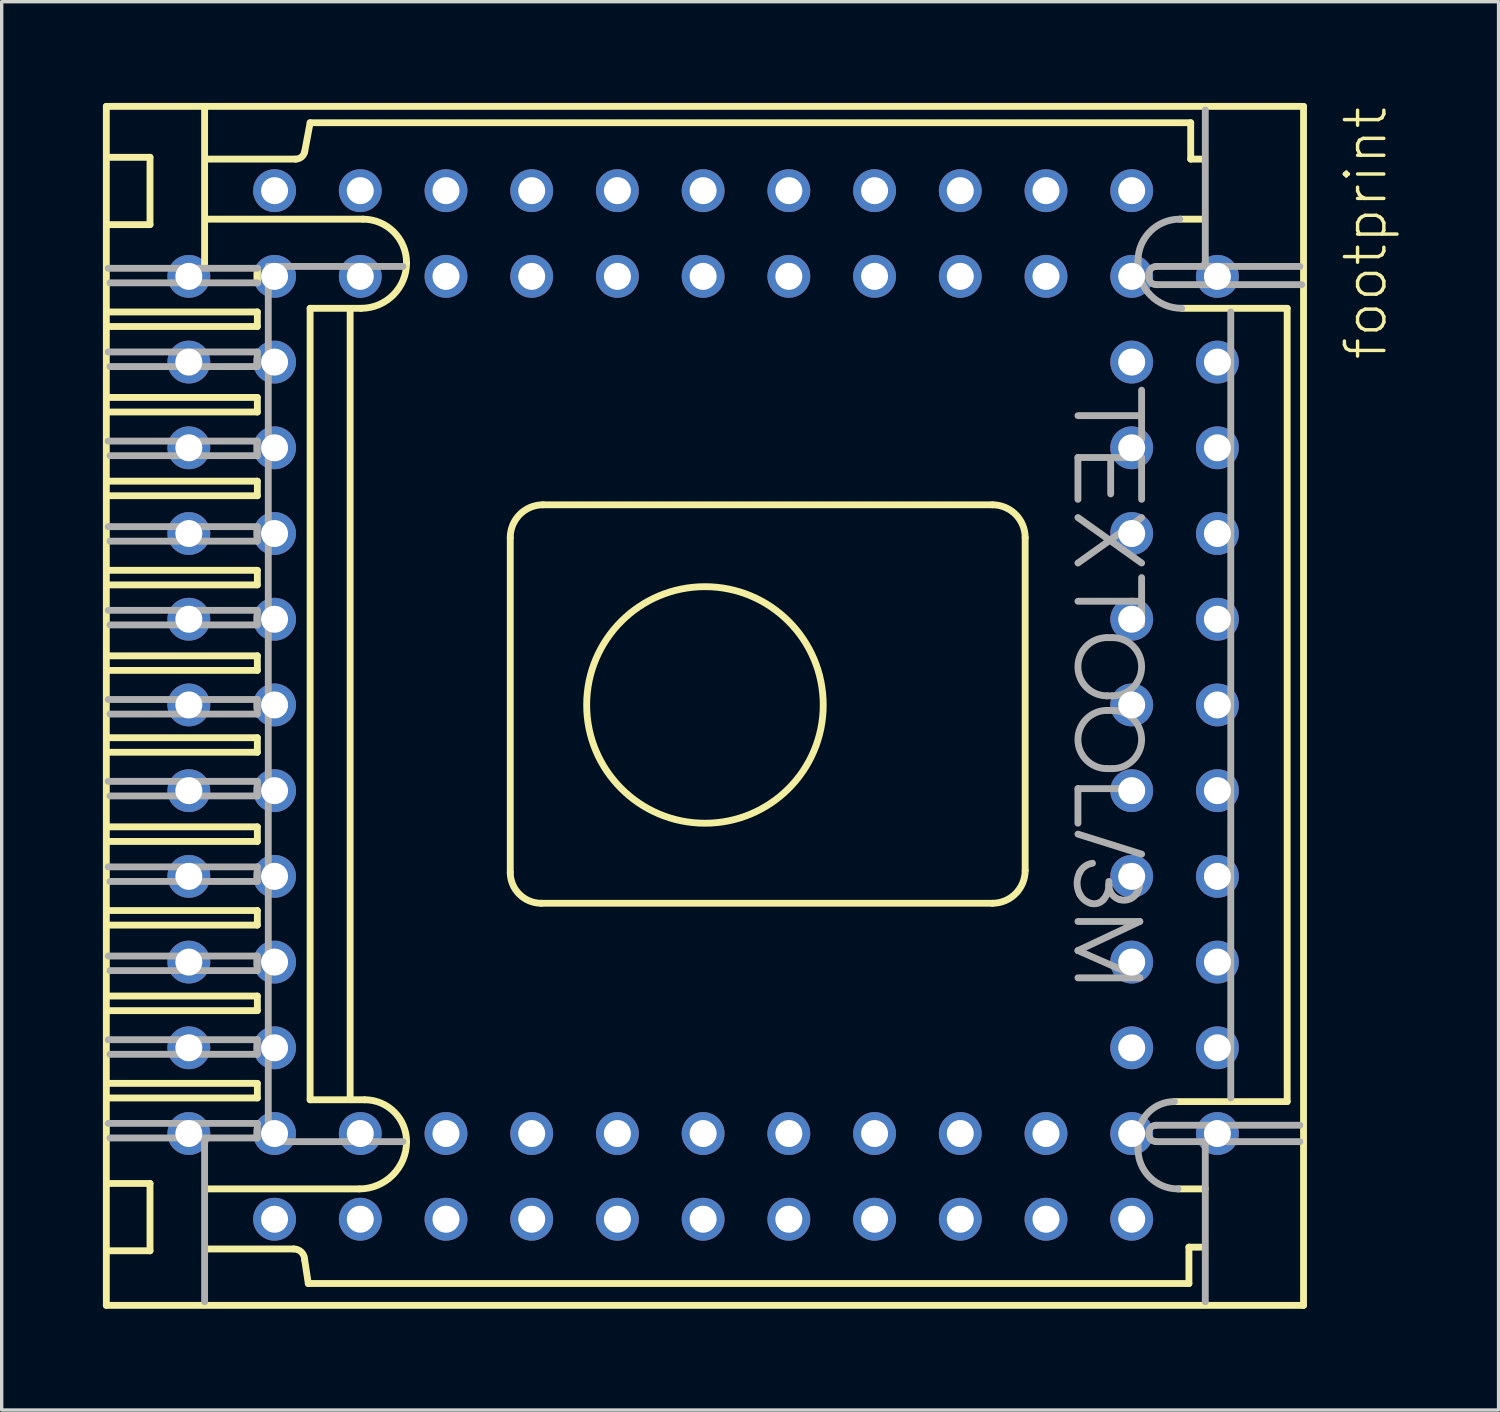
<source format=kicad_pcb>
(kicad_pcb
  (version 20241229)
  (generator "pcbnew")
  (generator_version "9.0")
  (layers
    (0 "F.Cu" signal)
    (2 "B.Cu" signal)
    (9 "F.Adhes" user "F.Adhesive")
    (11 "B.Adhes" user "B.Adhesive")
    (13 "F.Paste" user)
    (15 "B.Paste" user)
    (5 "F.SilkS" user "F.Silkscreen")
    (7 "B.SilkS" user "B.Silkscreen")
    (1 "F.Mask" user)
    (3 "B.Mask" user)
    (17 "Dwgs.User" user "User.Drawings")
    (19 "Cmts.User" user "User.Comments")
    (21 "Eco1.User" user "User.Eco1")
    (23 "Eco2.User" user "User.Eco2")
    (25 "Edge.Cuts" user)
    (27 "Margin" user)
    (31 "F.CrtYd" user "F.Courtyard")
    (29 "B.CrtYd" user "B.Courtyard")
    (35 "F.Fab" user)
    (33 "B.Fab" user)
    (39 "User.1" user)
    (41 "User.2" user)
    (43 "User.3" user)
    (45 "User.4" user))
  (footprint "footprint"
    (layer "F.Cu")
    (at 17.786 17.84)
    (property "Reference" "footprint" (at 20.32 -10.16 90) (layer "F.SilkS") (effects (font (size 1.168 1.168) (thickness 0.102)) (justify left bottom)))
    (fp_line (start -17.685 -17.738) (end 17.792 -17.738) (stroke (width 0.203) (type solid)) (layer "F.SilkS"))
    (fp_line (start -17.685 17.792) (end -17.685 -17.738) (stroke (width 0.203) (type solid)) (layer "F.SilkS"))
    (fp_line (start -17.631 -11.646) (end -13.21 -11.646) (stroke (width 0.203) (type solid)) (layer "F.SilkS"))
    (fp_line (start -17.631 -9.112) (end -13.21 -9.112) (stroke (width 0.203) (type solid)) (layer "F.SilkS"))
    (fp_line (start -17.631 -6.632) (end -13.21 -6.632) (stroke (width 0.203) (type solid)) (layer "F.SilkS"))
    (fp_line (start -17.631 -3.99) (end -13.21 -3.99) (stroke (width 0.203) (type solid)) (layer "F.SilkS"))
    (fp_line (start -17.631 -1.456) (end -13.21 -1.456) (stroke (width 0.203) (type solid)) (layer "F.SilkS"))
    (fp_line (start -17.631 0.97) (end -13.21 0.97) (stroke (width 0.203) (type solid)) (layer "F.SilkS"))
    (fp_line (start -17.631 3.612) (end -13.21 3.612) (stroke (width 0.203) (type solid)) (layer "F.SilkS"))
    (fp_line (start -17.631 6.092) (end -13.21 6.092) (stroke (width 0.203) (type solid)) (layer "F.SilkS"))
    (fp_line (start -17.631 8.626) (end -13.21 8.626) (stroke (width 0.203) (type solid)) (layer "F.SilkS"))
    (fp_line (start -17.631 11.214) (end -13.21 11.214) (stroke (width 0.203) (type solid)) (layer "F.SilkS"))
    (fp_line (start -17.577 -14.234) (end -16.391 -14.234) (stroke (width 0.203) (type solid)) (layer "F.SilkS"))
    (fp_line (start -17.577 16.175) (end -16.391 16.175) (stroke (width 0.203) (type solid)) (layer "F.SilkS"))
    (fp_line (start -16.391 -16.229) (end -17.577 -16.229) (stroke (width 0.203) (type solid)) (layer "F.SilkS"))
    (fp_line (start -16.391 -14.234) (end -16.391 -16.229) (stroke (width 0.203) (type solid)) (layer "F.SilkS"))
    (fp_line (start -16.391 14.18) (end -17.577 14.18) (stroke (width 0.203) (type solid)) (layer "F.SilkS"))
    (fp_line (start -16.391 16.175) (end -16.391 14.18) (stroke (width 0.203) (type solid)) (layer "F.SilkS"))
    (fp_line (start -14.773 -17.631) (end -14.773 -12.994) (stroke (width 0.203) (type solid)) (layer "F.SilkS"))
    (fp_line (start -14.719 14.341) (end -10.19 14.341) (stroke (width 0.203) (type solid)) (layer "F.SilkS"))
    (fp_line (start -14.665 -16.175) (end -12.077 -16.175) (stroke (width 0.203) (type solid)) (layer "F.SilkS"))
    (fp_line (start -14.665 16.121) (end -12.131 16.121) (stroke (width 0.203) (type solid)) (layer "F.SilkS"))
    (fp_line (start -13.21 -12.94) (end -13.21 -12.509) (stroke (width 0.203) (type solid)) (layer "F.SilkS"))
    (fp_line (start -13.21 -11.646) (end -13.21 -11.215) (stroke (width 0.203) (type solid)) (layer "F.SilkS"))
    (fp_line (start -13.21 -11.215) (end -17.577 -11.215) (stroke (width 0.203) (type solid)) (layer "F.SilkS"))
    (fp_line (start -13.21 -9.112) (end -13.21 -8.681) (stroke (width 0.203) (type solid)) (layer "F.SilkS"))
    (fp_line (start -13.21 -8.681) (end -17.577 -8.681) (stroke (width 0.203) (type solid)) (layer "F.SilkS"))
    (fp_line (start -13.21 -6.632) (end -13.21 -6.2) (stroke (width 0.203) (type solid)) (layer "F.SilkS"))
    (fp_line (start -13.21 -6.2) (end -17.577 -6.2) (stroke (width 0.203) (type solid)) (layer "F.SilkS"))
    (fp_line (start -13.21 -3.99) (end -13.21 -3.558) (stroke (width 0.203) (type solid)) (layer "F.SilkS"))
    (fp_line (start -13.21 -3.558) (end -17.577 -3.558) (stroke (width 0.203) (type solid)) (layer "F.SilkS"))
    (fp_line (start -13.21 -1.456) (end -13.21 -1.024) (stroke (width 0.203) (type solid)) (layer "F.SilkS"))
    (fp_line (start -13.21 -1.024) (end -17.577 -1.024) (stroke (width 0.203) (type solid)) (layer "F.SilkS"))
    (fp_line (start -13.21 0.97) (end -13.21 1.402) (stroke (width 0.203) (type solid)) (layer "F.SilkS"))
    (fp_line (start -13.21 1.402) (end -17.577 1.402) (stroke (width 0.203) (type solid)) (layer "F.SilkS"))
    (fp_line (start -13.21 3.612) (end -13.21 4.044) (stroke (width 0.203) (type solid)) (layer "F.SilkS"))
    (fp_line (start -13.21 4.044) (end -17.577 4.044) (stroke (width 0.203) (type solid)) (layer "F.SilkS"))
    (fp_line (start -13.21 6.092) (end -13.21 6.524) (stroke (width 0.203) (type solid)) (layer "F.SilkS"))
    (fp_line (start -13.21 6.524) (end -17.577 6.524) (stroke (width 0.203) (type solid)) (layer "F.SilkS"))
    (fp_line (start -13.21 8.626) (end -13.21 9.058) (stroke (width 0.203) (type solid)) (layer "F.SilkS"))
    (fp_line (start -13.21 9.058) (end -17.577 9.058) (stroke (width 0.203) (type solid)) (layer "F.SilkS"))
    (fp_line (start -13.21 11.214) (end -13.21 11.646) (stroke (width 0.203) (type solid)) (layer "F.SilkS"))
    (fp_line (start -13.21 11.646) (end -17.577 11.646) (stroke (width 0.203) (type solid)) (layer "F.SilkS"))
    (fp_line (start -11.808 -16.391) (end -11.646 -17.253) (stroke (width 0.203) (type solid)) (layer "F.SilkS"))
    (fp_line (start -11.808 16.444) (end -11.7 17.145) (stroke (width 0.203) (type solid)) (layer "F.SilkS"))
    (fp_line (start -11.7 17.145) (end 14.396 17.145) (stroke (width 0.203) (type solid)) (layer "F.SilkS"))
    (fp_line (start -11.646 -17.253) (end 14.449 -17.253) (stroke (width 0.203) (type solid)) (layer "F.SilkS"))
    (fp_line (start -11.646 -11.754) (end -10.136 -11.754) (stroke (width 0.203) (type solid)) (layer "F.SilkS"))
    (fp_line (start -11.646 11.7) (end -11.646 -11.754) (stroke (width 0.203) (type solid)) (layer "F.SilkS"))
    (fp_line (start -10.46 11.592) (end -10.46 -11.7) (stroke (width 0.203) (type solid)) (layer "F.SilkS"))
    (fp_line (start -10.082 -14.396) (end -14.719 -14.396) (stroke (width 0.203) (type solid)) (layer "F.SilkS"))
    (fp_line (start -10.028 11.7) (end -11.646 11.7) (stroke (width 0.203) (type solid)) (layer "F.SilkS"))
    (fp_line (start -5.715 -4.96) (end -5.715 4.96) (stroke (width 0.203) (type solid)) (layer "F.SilkS"))
    (fp_line (start -4.799 5.877) (end 8.572 5.877) (stroke (width 0.203) (type solid)) (layer "F.SilkS"))
    (fp_line (start 8.572 -5.931) (end -4.745 -5.931) (stroke (width 0.203) (type solid)) (layer "F.SilkS"))
    (fp_line (start 9.543 4.906) (end 9.543 -4.96) (stroke (width 0.203) (type solid)) (layer "F.SilkS"))
    (fp_line (start 13.964 11.754) (end 17.307 11.754) (stroke (width 0.203) (type solid)) (layer "F.SilkS"))
    (fp_line (start 14.126 -14.396) (end 14.827 -14.396) (stroke (width 0.203) (type solid)) (layer "F.SilkS"))
    (fp_line (start 14.396 16.067) (end 14.773 16.067) (stroke (width 0.203) (type solid)) (layer "F.SilkS"))
    (fp_line (start 14.396 17.145) (end 14.396 16.067) (stroke (width 0.203) (type solid)) (layer "F.SilkS"))
    (fp_line (start 14.449 -17.253) (end 14.449 -16.175) (stroke (width 0.203) (type solid)) (layer "F.SilkS"))
    (fp_line (start 14.449 -16.175) (end 14.773 -16.175) (stroke (width 0.203) (type solid)) (layer "F.SilkS"))
    (fp_line (start 14.881 14.341) (end 14.072 14.341) (stroke (width 0.203) (type solid)) (layer "F.SilkS"))
    (fp_line (start 17.307 -11.754) (end 14.18 -11.754) (stroke (width 0.203) (type solid)) (layer "F.SilkS"))
    (fp_line (start 17.307 11.754) (end 17.307 -11.754) (stroke (width 0.203) (type solid)) (layer "F.SilkS"))
    (fp_line (start 17.792 -17.738) (end 17.792 17.792) (stroke (width 0.203) (type solid)) (layer "F.SilkS"))
    (fp_line (start 17.792 17.792) (end -17.685 17.792) (stroke (width 0.203) (type solid)) (layer "F.SilkS"))
    (fp_arc (start -12.1312 16.1208) (mid -11.902451 16.215551) (end -11.8077 16.4443) (stroke (width 0.2032) (type solid)) (layer "F.SilkS"))
    (fp_arc (start -11.807701 -16.390599) (mid -11.904625 -16.23541) (end -12.0773 -16.1749) (stroke (width 0.2032) (type solid)) (layer "F.SilkS"))
    (fp_arc (start -10.0824 -14.3957) (mid -9.167404 -14.016696) (end -8.7884 -13.1017) (stroke (width 0.2032) (type solid)) (layer "F.SilkS"))
    (fp_arc (start -10.0284 11.6997) (mid -9.151588 12.062888) (end -8.7884 12.9397) (stroke (width 0.2032) (type solid)) (layer "F.SilkS"))
    (fp_arc (start -8.7884 -13.1017) (mid -9.183191 -12.148591) (end -10.1363 -11.7538) (stroke (width 0.2032) (type solid)) (layer "F.SilkS"))
    (fp_arc (start -8.7884 12.9397) (mid -9.198978 13.930922) (end -10.1902 14.3415) (stroke (width 0.2032) (type solid)) (layer "F.SilkS"))
    (fp_arc (start -5.7152 -4.9604) (mid -5.430947 -5.646647) (end -4.7447 -5.9309) (stroke (width 0.2032) (type solid)) (layer "F.SilkS"))
    (fp_arc (start -4.7986 5.8767) (mid -5.446734 5.608234) (end -5.7152 4.9601) (stroke (width 0.2032) (type solid)) (layer "F.SilkS"))
    (fp_arc (start 8.5725 -5.9309) (mid 9.258776 -5.646676) (end 9.543 -4.9604) (stroke (width 0.2032) (type solid)) (layer "F.SilkS"))
    (fp_arc (start 9.543 4.9062) (mid 9.258718 5.592418) (end 8.5725 5.8767) (stroke (width 0.2032) (type solid)) (layer "F.SilkS"))
    (fp_circle (center 0.054 -0.0002) (end 3.559 -0.0002) (stroke (width 0.203) (type solid)) (fill no) (layer "F.SilkS"))
    (fp_line (start -17.631 -12.94) (end -13.21 -12.94) (stroke (width 0.203) (type solid)) (layer "F.Fab"))
    (fp_line (start -17.631 -10.46) (end -13.21 -10.46) (stroke (width 0.203) (type solid)) (layer "F.Fab"))
    (fp_line (start -17.631 -7.818) (end -13.21 -7.818) (stroke (width 0.203) (type solid)) (layer "F.Fab"))
    (fp_line (start -17.631 -5.284) (end -13.21 -5.284) (stroke (width 0.203) (type solid)) (layer "F.Fab"))
    (fp_line (start -17.631 -2.804) (end -13.21 -2.804) (stroke (width 0.203) (type solid)) (layer "F.Fab"))
    (fp_line (start -17.631 -0.162) (end -13.21 -0.162) (stroke (width 0.203) (type solid)) (layer "F.Fab"))
    (fp_line (start -17.631 2.264) (end -13.21 2.264) (stroke (width 0.203) (type solid)) (layer "F.Fab"))
    (fp_line (start -17.631 4.798) (end -13.21 4.798) (stroke (width 0.203) (type solid)) (layer "F.Fab"))
    (fp_line (start -17.631 7.44) (end -13.21 7.44) (stroke (width 0.203) (type solid)) (layer "F.Fab"))
    (fp_line (start -17.631 9.92) (end -13.21 9.92) (stroke (width 0.203) (type solid)) (layer "F.Fab"))
    (fp_line (start -17.631 12.4) (end -13.21 12.4) (stroke (width 0.203) (type solid)) (layer "F.Fab"))
    (fp_line (start -14.773 17.684) (end -14.773 12.94) (stroke (width 0.203) (type solid)) (layer "F.Fab"))
    (fp_line (start -13.21 -12.509) (end -17.577 -12.509) (stroke (width 0.203) (type solid)) (layer "F.Fab"))
    (fp_line (start -13.21 -10.46) (end -13.21 -10.028) (stroke (width 0.203) (type solid)) (layer "F.Fab"))
    (fp_line (start -13.21 -10.028) (end -17.577 -10.028) (stroke (width 0.203) (type solid)) (layer "F.Fab"))
    (fp_line (start -13.21 -7.818) (end -13.21 -7.387) (stroke (width 0.203) (type solid)) (layer "F.Fab"))
    (fp_line (start -13.21 -7.387) (end -17.577 -7.387) (stroke (width 0.203) (type solid)) (layer "F.Fab"))
    (fp_line (start -13.21 -5.284) (end -13.21 -4.853) (stroke (width 0.203) (type solid)) (layer "F.Fab"))
    (fp_line (start -13.21 -4.853) (end -17.577 -4.853) (stroke (width 0.203) (type solid)) (layer "F.Fab"))
    (fp_line (start -13.21 -2.804) (end -13.21 -2.372) (stroke (width 0.203) (type solid)) (layer "F.Fab"))
    (fp_line (start -13.21 -2.372) (end -17.577 -2.372) (stroke (width 0.203) (type solid)) (layer "F.Fab"))
    (fp_line (start -13.21 -0.162) (end -13.21 0.27) (stroke (width 0.203) (type solid)) (layer "F.Fab"))
    (fp_line (start -13.21 0.27) (end -17.577 0.27) (stroke (width 0.203) (type solid)) (layer "F.Fab"))
    (fp_line (start -13.21 2.264) (end -13.21 2.696) (stroke (width 0.203) (type solid)) (layer "F.Fab"))
    (fp_line (start -13.21 2.696) (end -17.577 2.696) (stroke (width 0.203) (type solid)) (layer "F.Fab"))
    (fp_line (start -13.21 4.798) (end -13.21 5.23) (stroke (width 0.203) (type solid)) (layer "F.Fab"))
    (fp_line (start -13.21 5.23) (end -17.577 5.23) (stroke (width 0.203) (type solid)) (layer "F.Fab"))
    (fp_line (start -13.21 7.44) (end -13.21 7.872) (stroke (width 0.203) (type solid)) (layer "F.Fab"))
    (fp_line (start -13.21 7.872) (end -17.577 7.872) (stroke (width 0.203) (type solid)) (layer "F.Fab"))
    (fp_line (start -13.21 9.92) (end -13.21 10.352) (stroke (width 0.203) (type solid)) (layer "F.Fab"))
    (fp_line (start -13.21 10.352) (end -17.577 10.352) (stroke (width 0.203) (type solid)) (layer "F.Fab"))
    (fp_line (start -13.21 12.4) (end -13.21 12.832) (stroke (width 0.203) (type solid)) (layer "F.Fab"))
    (fp_line (start -13.21 12.832) (end -17.577 12.832) (stroke (width 0.203) (type solid)) (layer "F.Fab"))
    (fp_line (start -12.886 -12.994) (end -8.896 -12.994) (stroke (width 0.203) (type solid)) (layer "F.Fab"))
    (fp_line (start -12.886 12.94) (end -12.886 -12.994) (stroke (width 0.203) (type solid)) (layer "F.Fab"))
    (fp_line (start -8.896 12.94) (end -12.886 12.94) (stroke (width 0.203) (type solid)) (layer "F.Fab"))
    (fp_line (start 11.107 -7.333) (end 11.107 -6.093) (stroke (width 0.203) (type solid)) (layer "F.Fab"))
    (fp_line (start 11.107 2.48) (end 11.107 3.504) (stroke (width 0.203) (type solid)) (layer "F.Fab"))
    (fp_line (start 11.107 3.828) (end 12.994 4.421) (stroke (width 0.203) (type solid)) (layer "F.Fab"))
    (fp_line (start 11.107 6.416) (end 12.94 6.416) (stroke (width 0.203) (type solid)) (layer "F.Fab"))
    (fp_line (start 11.107 7.279) (end 12.94 8.087) (stroke (width 0.203) (type solid)) (layer "F.Fab"))
    (fp_line (start 12.023 5.23) (end 12.023 5.338) (stroke (width 0.203) (type solid)) (layer "F.Fab"))
    (fp_line (start 12.077 -6.254) (end 12.077 -7.225) (stroke (width 0.203) (type solid)) (layer "F.Fab"))
    (fp_line (start 12.131 -1.995) (end 11.969 -1.995) (stroke (width 0.203) (type solid)) (layer "F.Fab"))
    (fp_line (start 12.131 -0.27) (end 11.969 -0.27) (stroke (width 0.203) (type solid)) (layer "F.Fab"))
    (fp_line (start 12.131 0.162) (end 11.969 0.162) (stroke (width 0.203) (type solid)) (layer "F.Fab"))
    (fp_line (start 12.131 1.887) (end 11.969 1.887) (stroke (width 0.203) (type solid)) (layer "F.Fab"))
    (fp_line (start 12.886 -13.048) (end 12.886 -13.156) (stroke (width 0.203) (type solid)) (layer "F.Fab"))
    (fp_line (start 12.886 13.155) (end 12.886 12.832) (stroke (width 0.203) (type solid)) (layer "F.Fab"))
    (fp_line (start 12.94 -8.573) (end 11.107 -8.573) (stroke (width 0.203) (type solid)) (layer "F.Fab"))
    (fp_line (start 12.94 -3.073) (end 11.107 -3.073) (stroke (width 0.203) (type solid)) (layer "F.Fab"))
    (fp_line (start 12.94 6.416) (end 11.107 7.279) (stroke (width 0.203) (type solid)) (layer "F.Fab"))
    (fp_line (start 12.94 8.087) (end 11.107 8.087) (stroke (width 0.203) (type solid)) (layer "F.Fab"))
    (fp_line (start 12.994 -9.328) (end 12.994 -7.872) (stroke (width 0.203) (type solid)) (layer "F.Fab"))
    (fp_line (start 12.994 -7.333) (end 11.107 -7.333) (stroke (width 0.203) (type solid)) (layer "F.Fab"))
    (fp_line (start 12.994 -6.093) (end 12.994 -7.333) (stroke (width 0.203) (type solid)) (layer "F.Fab"))
    (fp_line (start 12.994 -5.553) (end 11.107 -4.206) (stroke (width 0.203) (type solid)) (layer "F.Fab"))
    (fp_line (start 12.994 -4.206) (end 11.107 -5.553) (stroke (width 0.203) (type solid)) (layer "F.Fab"))
    (fp_line (start 12.994 -3.774) (end 12.994 -2.372) (stroke (width 0.203) (type solid)) (layer "F.Fab"))
    (fp_line (start 12.994 2.48) (end 11.107 2.48) (stroke (width 0.203) (type solid)) (layer "F.Fab"))
    (fp_line (start 13.209 -12.778) (end 13.209 -12.67) (stroke (width 0.203) (type solid)) (layer "F.Fab"))
    (fp_line (start 13.425 -12.455) (end 17.738 -12.455) (stroke (width 0.203) (type solid)) (layer "F.Fab"))
    (fp_line (start 14.881 -13.102) (end 14.881 -17.631) (stroke (width 0.203) (type solid)) (layer "F.Fab"))
    (fp_line (start 14.881 13.048) (end 14.881 17.684) (stroke (width 0.203) (type solid)) (layer "F.Fab"))
    (fp_line (start 15.636 11.646) (end 15.636 -11.646) (stroke (width 0.203) (type solid)) (layer "F.Fab"))
    (fp_line (start 17.684 -12.994) (end 13.425 -12.994) (stroke (width 0.203) (type solid)) (layer "F.Fab"))
    (fp_line (start 17.684 12.454) (end 13.425 12.454) (stroke (width 0.203) (type solid)) (layer "F.Fab"))
    (fp_line (start 17.684 12.94) (end 13.425 12.94) (stroke (width 0.203) (type solid)) (layer "F.Fab"))
    (fp_arc (start 11.1605 4.9602) (mid 11.31674 4.779961) (end 11.5379 4.690601) (stroke (width 0.2032) (type solid)) (layer "F.Fab"))
    (fp_arc (start 11.1605 5.6072) (mid 11.081662 5.2837) (end 11.1605 4.960201) (stroke (width 0.2032) (type solid)) (layer "F.Fab"))
    (fp_arc (start 11.484 5.8767) (mid 11.295038 5.774614) (end 11.160499 5.6072) (stroke (width 0.2032) (type solid)) (layer "F.Fab"))
    (fp_arc (start 11.8614 5.7689) (mid 11.688636 5.878594) (end 11.483999 5.876699) (stroke (width 0.2032) (type solid)) (layer "F.Fab"))
    (fp_arc (start 11.9692 -0.2697) (mid 11.10655 -1.13235) (end 11.9692 -1.995) (stroke (width 0.2032) (type solid)) (layer "F.Fab"))
    (fp_arc (start 11.9692 1.887) (mid 11.10655 1.02435) (end 11.9692 0.1617) (stroke (width 0.2032) (type solid)) (layer "F.Fab"))
    (fp_arc (start 12.0232 5.3376) (mid 11.98139 5.567914) (end 11.8614 5.7689) (stroke (width 0.2032) (type solid)) (layer "F.Fab"))
    (fp_arc (start 12.131 -1.995) (mid 12.99365 -1.13235) (end 12.131 -0.2697) (stroke (width 0.2032) (type solid)) (layer "F.Fab"))
    (fp_arc (start 12.131 0.1617) (mid 12.99365 1.02435) (end 12.131 1.887) (stroke (width 0.2032) (type solid)) (layer "F.Fab"))
    (fp_arc (start 12.3467 5.768898) (mid 12.113131 5.607118) (end 12.0232 5.3376) (stroke (width 0.2032) (type solid)) (layer "F.Fab"))
    (fp_arc (start 12.508401 4.7984) (mid 12.688656 4.878496) (end 12.8319 5.0141) (stroke (width 0.2032) (type solid)) (layer "F.Fab"))
    (fp_arc (start 12.8319 5.0141) (mid 12.93077 5.31065) (end 12.8319 5.6072) (stroke (width 0.2032) (type solid)) (layer "F.Fab"))
    (fp_arc (start 12.831901 5.607199) (mid 12.614555 5.763827) (end 12.3467 5.7689) (stroke (width 0.2032) (type solid)) (layer "F.Fab"))
    (fp_arc (start 12.8858 -13.1556) (mid 13.249047 -14.032454) (end 14.125901 -14.395699) (stroke (width 0.2032) (type solid)) (layer "F.Fab"))
    (fp_arc (start 12.8858 12.8319) (mid 13.201627 12.069427) (end 13.9641 11.7536) (stroke (width 0.2032) (type solid)) (layer "F.Fab"))
    (fp_arc (start 13.2093 -12.7782) (mid 13.272477 -12.930723) (end 13.425 -12.9939) (stroke (width 0.2032) (type solid)) (layer "F.Fab"))
    (fp_arc (start 13.2093 12.6701) (mid 13.272448 12.517648) (end 13.4249 12.4545) (stroke (width 0.2032) (type solid)) (layer "F.Fab"))
    (fp_arc (start 13.4249 12.9397) (mid 13.272448 12.876552) (end 13.2093 12.7241) (stroke (width 0.2032) (type solid)) (layer "F.Fab"))
    (fp_arc (start 13.425 -12.4547) (mid 13.272477 -12.517877) (end 13.2093 -12.6704) (stroke (width 0.2032) (type solid)) (layer "F.Fab"))
    (fp_arc (start 14.072 14.3415) (mid 13.23323 13.99407) (end 12.8858 13.1553) (stroke (width 0.2032) (type solid)) (layer "F.Fab"))
    (fp_arc (start 14.1798 -11.7538) (mid 13.264804 -12.132804) (end 12.8858 -13.0478) (stroke (width 0.2032) (type solid)) (layer "F.Fab"))
    (pad "1" thru_hole circle (at 15.24 0) (size 1.27 1.27) (drill 0.8) (layers "*.Cu" "*.Mask"))
    (pad "2" thru_hole circle (at 12.7 0) (size 1.27 1.27) (drill 0.8) (layers "*.Cu" "*.Mask"))
    (pad "3" thru_hole circle (at 15.24 -2.54) (size 1.27 1.27) (drill 0.8) (layers "*.Cu" "*.Mask"))
    (pad "4" thru_hole circle (at 12.7 -2.54) (size 1.27 1.27) (drill 0.8) (layers "*.Cu" "*.Mask"))
    (pad "5" thru_hole circle (at 15.24 -5.08) (size 1.27 1.27) (drill 0.8) (layers "*.Cu" "*.Mask"))
    (pad "6" thru_hole circle (at 12.7 -5.08) (size 1.27 1.27) (drill 0.8) (layers "*.Cu" "*.Mask"))
    (pad "7" thru_hole circle (at 15.24 -7.62) (size 1.27 1.27) (drill 0.8) (layers "*.Cu" "*.Mask"))
    (pad "8" thru_hole circle (at 12.7 -7.62) (size 1.27 1.27) (drill 0.8) (layers "*.Cu" "*.Mask"))
    (pad "9" thru_hole circle (at 15.24 -10.16) (size 1.27 1.27) (drill 0.8) (layers "*.Cu" "*.Mask"))
    (pad "10" thru_hole circle (at 12.7 -10.16) (size 1.27 1.27) (drill 0.8) (layers "*.Cu" "*.Mask"))
    (pad "11" thru_hole circle (at 15.24 -12.7) (size 1.27 1.27) (drill 0.8) (layers "*.Cu" "*.Mask"))
    (pad "12" thru_hole circle (at 12.7 -15.24) (size 1.27 1.27) (drill 0.8) (layers "*.Cu" "*.Mask"))
    (pad "13" thru_hole circle (at 12.7 -12.7) (size 1.27 1.27) (drill 0.8) (layers "*.Cu" "*.Mask"))
    (pad "14" thru_hole circle (at 10.16 -15.24) (size 1.27 1.27) (drill 0.8) (layers "*.Cu" "*.Mask"))
    (pad "15" thru_hole circle (at 10.16 -12.7) (size 1.27 1.27) (drill 0.8) (layers "*.Cu" "*.Mask"))
    (pad "16" thru_hole circle (at 7.62 -15.24) (size 1.27 1.27) (drill 0.8) (layers "*.Cu" "*.Mask"))
    (pad "17" thru_hole circle (at 7.62 -12.7) (size 1.27 1.27) (drill 0.8) (layers "*.Cu" "*.Mask"))
    (pad "18" thru_hole circle (at 5.08 -15.24) (size 1.27 1.27) (drill 0.8) (layers "*.Cu" "*.Mask"))
    (pad "19" thru_hole circle (at 5.08 -12.7) (size 1.27 1.27) (drill 0.8) (layers "*.Cu" "*.Mask"))
    (pad "20" thru_hole circle (at 2.54 -15.24) (size 1.27 1.27) (drill 0.8) (layers "*.Cu" "*.Mask"))
    (pad "21" thru_hole circle (at 2.54 -12.7) (size 1.27 1.27) (drill 0.8) (layers "*.Cu" "*.Mask"))
    (pad "22" thru_hole circle (at 0 -15.24) (size 1.27 1.27) (drill 0.8) (layers "*.Cu" "*.Mask"))
    (pad "23" thru_hole circle (at 0 -12.7) (size 1.27 1.27) (drill 0.8) (layers "*.Cu" "*.Mask"))
    (pad "24" thru_hole circle (at -2.54 -15.24) (size 1.27 1.27) (drill 0.8) (layers "*.Cu" "*.Mask"))
    (pad "25" thru_hole circle (at -2.54 -12.7) (size 1.27 1.27) (drill 0.8) (layers "*.Cu" "*.Mask"))
    (pad "26" thru_hole circle (at -5.08 -15.24) (size 1.27 1.27) (drill 0.8) (layers "*.Cu" "*.Mask"))
    (pad "27" thru_hole circle (at -5.08 -12.7) (size 1.27 1.27) (drill 0.8) (layers "*.Cu" "*.Mask"))
    (pad "28" thru_hole circle (at -7.62 -15.24) (size 1.27 1.27) (drill 0.8) (layers "*.Cu" "*.Mask"))
    (pad "29" thru_hole circle (at -7.62 -12.7) (size 1.27 1.27) (drill 0.8) (layers "*.Cu" "*.Mask"))
    (pad "30" thru_hole circle (at -10.16 -15.24) (size 1.27 1.27) (drill 0.8) (layers "*.Cu" "*.Mask"))
    (pad "31" thru_hole circle (at -10.16 -12.7) (size 1.27 1.27) (drill 0.8) (layers "*.Cu" "*.Mask"))
    (pad "32" thru_hole circle (at -12.7 -15.24) (size 1.27 1.27) (drill 0.8) (layers "*.Cu" "*.Mask"))
    (pad "33" thru_hole circle (at -15.24 -12.7) (size 1.27 1.27) (drill 0.8) (layers "*.Cu" "*.Mask"))
    (pad "34" thru_hole circle (at -12.7 -12.7) (size 1.27 1.27) (drill 0.8) (layers "*.Cu" "*.Mask"))
    (pad "35" thru_hole circle (at -15.24 -10.16) (size 1.27 1.27) (drill 0.8) (layers "*.Cu" "*.Mask"))
    (pad "36" thru_hole circle (at -12.7 -10.16) (size 1.27 1.27) (drill 0.8) (layers "*.Cu" "*.Mask"))
    (pad "37" thru_hole circle (at -15.24 -7.62) (size 1.27 1.27) (drill 0.8) (layers "*.Cu" "*.Mask"))
    (pad "38" thru_hole circle (at -12.7 -7.62) (size 1.27 1.27) (drill 0.8) (layers "*.Cu" "*.Mask"))
    (pad "39" thru_hole circle (at -15.24 -5.08) (size 1.27 1.27) (drill 0.8) (layers "*.Cu" "*.Mask"))
    (pad "40" thru_hole circle (at -12.7 -5.08) (size 1.27 1.27) (drill 0.8) (layers "*.Cu" "*.Mask"))
    (pad "41" thru_hole circle (at -15.24 -2.54) (size 1.27 1.27) (drill 0.8) (layers "*.Cu" "*.Mask"))
    (pad "42" thru_hole circle (at -12.7 -2.54) (size 1.27 1.27) (drill 0.8) (layers "*.Cu" "*.Mask"))
    (pad "43" thru_hole circle (at -15.24 0) (size 1.27 1.27) (drill 0.8) (layers "*.Cu" "*.Mask"))
    (pad "44" thru_hole circle (at -12.7 0) (size 1.27 1.27) (drill 0.8) (layers "*.Cu" "*.Mask"))
    (pad "45" thru_hole circle (at -15.24 2.54) (size 1.27 1.27) (drill 0.8) (layers "*.Cu" "*.Mask"))
    (pad "46" thru_hole circle (at -12.7 2.54) (size 1.27 1.27) (drill 0.8) (layers "*.Cu" "*.Mask"))
    (pad "47" thru_hole circle (at -15.24 5.08) (size 1.27 1.27) (drill 0.8) (layers "*.Cu" "*.Mask"))
    (pad "48" thru_hole circle (at -12.7 5.08) (size 1.27 1.27) (drill 0.8) (layers "*.Cu" "*.Mask"))
    (pad "49" thru_hole circle (at -15.24 7.62) (size 1.27 1.27) (drill 0.8) (layers "*.Cu" "*.Mask"))
    (pad "50" thru_hole circle (at -12.7 7.62) (size 1.27 1.27) (drill 0.8) (layers "*.Cu" "*.Mask"))
    (pad "51" thru_hole circle (at -15.24 10.16) (size 1.27 1.27) (drill 0.8) (layers "*.Cu" "*.Mask"))
    (pad "52" thru_hole circle (at -12.7 10.16) (size 1.27 1.27) (drill 0.8) (layers "*.Cu" "*.Mask"))
    (pad "53" thru_hole circle (at -15.24 12.7) (size 1.27 1.27) (drill 0.8) (layers "*.Cu" "*.Mask"))
    (pad "54" thru_hole circle (at -12.7 15.24) (size 1.27 1.27) (drill 0.8) (layers "*.Cu" "*.Mask"))
    (pad "55" thru_hole circle (at -12.7 12.7) (size 1.27 1.27) (drill 0.8) (layers "*.Cu" "*.Mask"))
    (pad "56" thru_hole circle (at -10.16 15.24) (size 1.27 1.27) (drill 0.8) (layers "*.Cu" "*.Mask"))
    (pad "57" thru_hole circle (at -10.16 12.7) (size 1.27 1.27) (drill 0.8) (layers "*.Cu" "*.Mask"))
    (pad "58" thru_hole circle (at -7.62 15.24) (size 1.27 1.27) (drill 0.8) (layers "*.Cu" "*.Mask"))
    (pad "59" thru_hole circle (at -7.62 12.7) (size 1.27 1.27) (drill 0.8) (layers "*.Cu" "*.Mask"))
    (pad "60" thru_hole circle (at -5.08 15.24) (size 1.27 1.27) (drill 0.8) (layers "*.Cu" "*.Mask"))
    (pad "61" thru_hole circle (at -5.08 12.7) (size 1.27 1.27) (drill 0.8) (layers "*.Cu" "*.Mask"))
    (pad "62" thru_hole circle (at -2.54 15.24) (size 1.27 1.27) (drill 0.8) (layers "*.Cu" "*.Mask"))
    (pad "63" thru_hole circle (at -2.54 12.7) (size 1.27 1.27) (drill 0.8) (layers "*.Cu" "*.Mask"))
    (pad "64" thru_hole circle (at 0 15.24) (size 1.27 1.27) (drill 0.8) (layers "*.Cu" "*.Mask"))
    (pad "65" thru_hole circle (at 0 12.7) (size 1.27 1.27) (drill 0.8) (layers "*.Cu" "*.Mask"))
    (pad "66" thru_hole circle (at 2.54 15.24) (size 1.27 1.27) (drill 0.8) (layers "*.Cu" "*.Mask"))
    (pad "67" thru_hole circle (at 2.54 12.7) (size 1.27 1.27) (drill 0.8) (layers "*.Cu" "*.Mask"))
    (pad "68" thru_hole circle (at 5.08 15.24) (size 1.27 1.27) (drill 0.8) (layers "*.Cu" "*.Mask"))
    (pad "69" thru_hole circle (at 5.08 12.7) (size 1.27 1.27) (drill 0.8) (layers "*.Cu" "*.Mask"))
    (pad "70" thru_hole circle (at 7.62 15.24) (size 1.27 1.27) (drill 0.8) (layers "*.Cu" "*.Mask"))
    (pad "71" thru_hole circle (at 7.62 12.7) (size 1.27 1.27) (drill 0.8) (layers "*.Cu" "*.Mask"))
    (pad "72" thru_hole circle (at 10.16 15.24) (size 1.27 1.27) (drill 0.8) (layers "*.Cu" "*.Mask"))
    (pad "73" thru_hole circle (at 10.16 12.7) (size 1.27 1.27) (drill 0.8) (layers "*.Cu" "*.Mask"))
    (pad "74" thru_hole circle (at 12.7 15.24) (size 1.27 1.27) (drill 0.8) (layers "*.Cu" "*.Mask"))
    (pad "75" thru_hole circle (at 15.24 12.7) (size 1.27 1.27) (drill 0.8) (layers "*.Cu" "*.Mask"))
    (pad "76" thru_hole circle (at 12.7 12.7) (size 1.27 1.27) (drill 0.8) (layers "*.Cu" "*.Mask"))
    (pad "77" thru_hole circle (at 15.24 10.16) (size 1.27 1.27) (drill 0.8) (layers "*.Cu" "*.Mask"))
    (pad "78" thru_hole circle (at 12.7 10.16) (size 1.27 1.27) (drill 0.8) (layers "*.Cu" "*.Mask"))
    (pad "79" thru_hole circle (at 15.24 7.62) (size 1.27 1.27) (drill 0.8) (layers "*.Cu" "*.Mask"))
    (pad "80" thru_hole circle (at 12.7 7.62) (size 1.27 1.27) (drill 0.8) (layers "*.Cu" "*.Mask"))
    (pad "81" thru_hole circle (at 15.24 5.08) (size 1.27 1.27) (drill 0.8) (layers "*.Cu" "*.Mask"))
    (pad "82" thru_hole circle (at 12.7 5.08) (size 1.27 1.27) (drill 0.8) (layers "*.Cu" "*.Mask"))
    (pad "83" thru_hole circle (at 15.24 2.54) (size 1.27 1.27) (drill 0.8) (layers "*.Cu" "*.Mask"))
    (pad "84" thru_hole circle (at 12.7 2.54) (size 1.27 1.27) (drill 0.8) (layers "*.Cu" "*.Mask")))
  (gr_rect
    (start -3 -3)
    (end 41.357 38.734)
    (stroke (width 0.1) (type default))
    (fill no)
    (layer "Edge.Cuts")))
</source>
